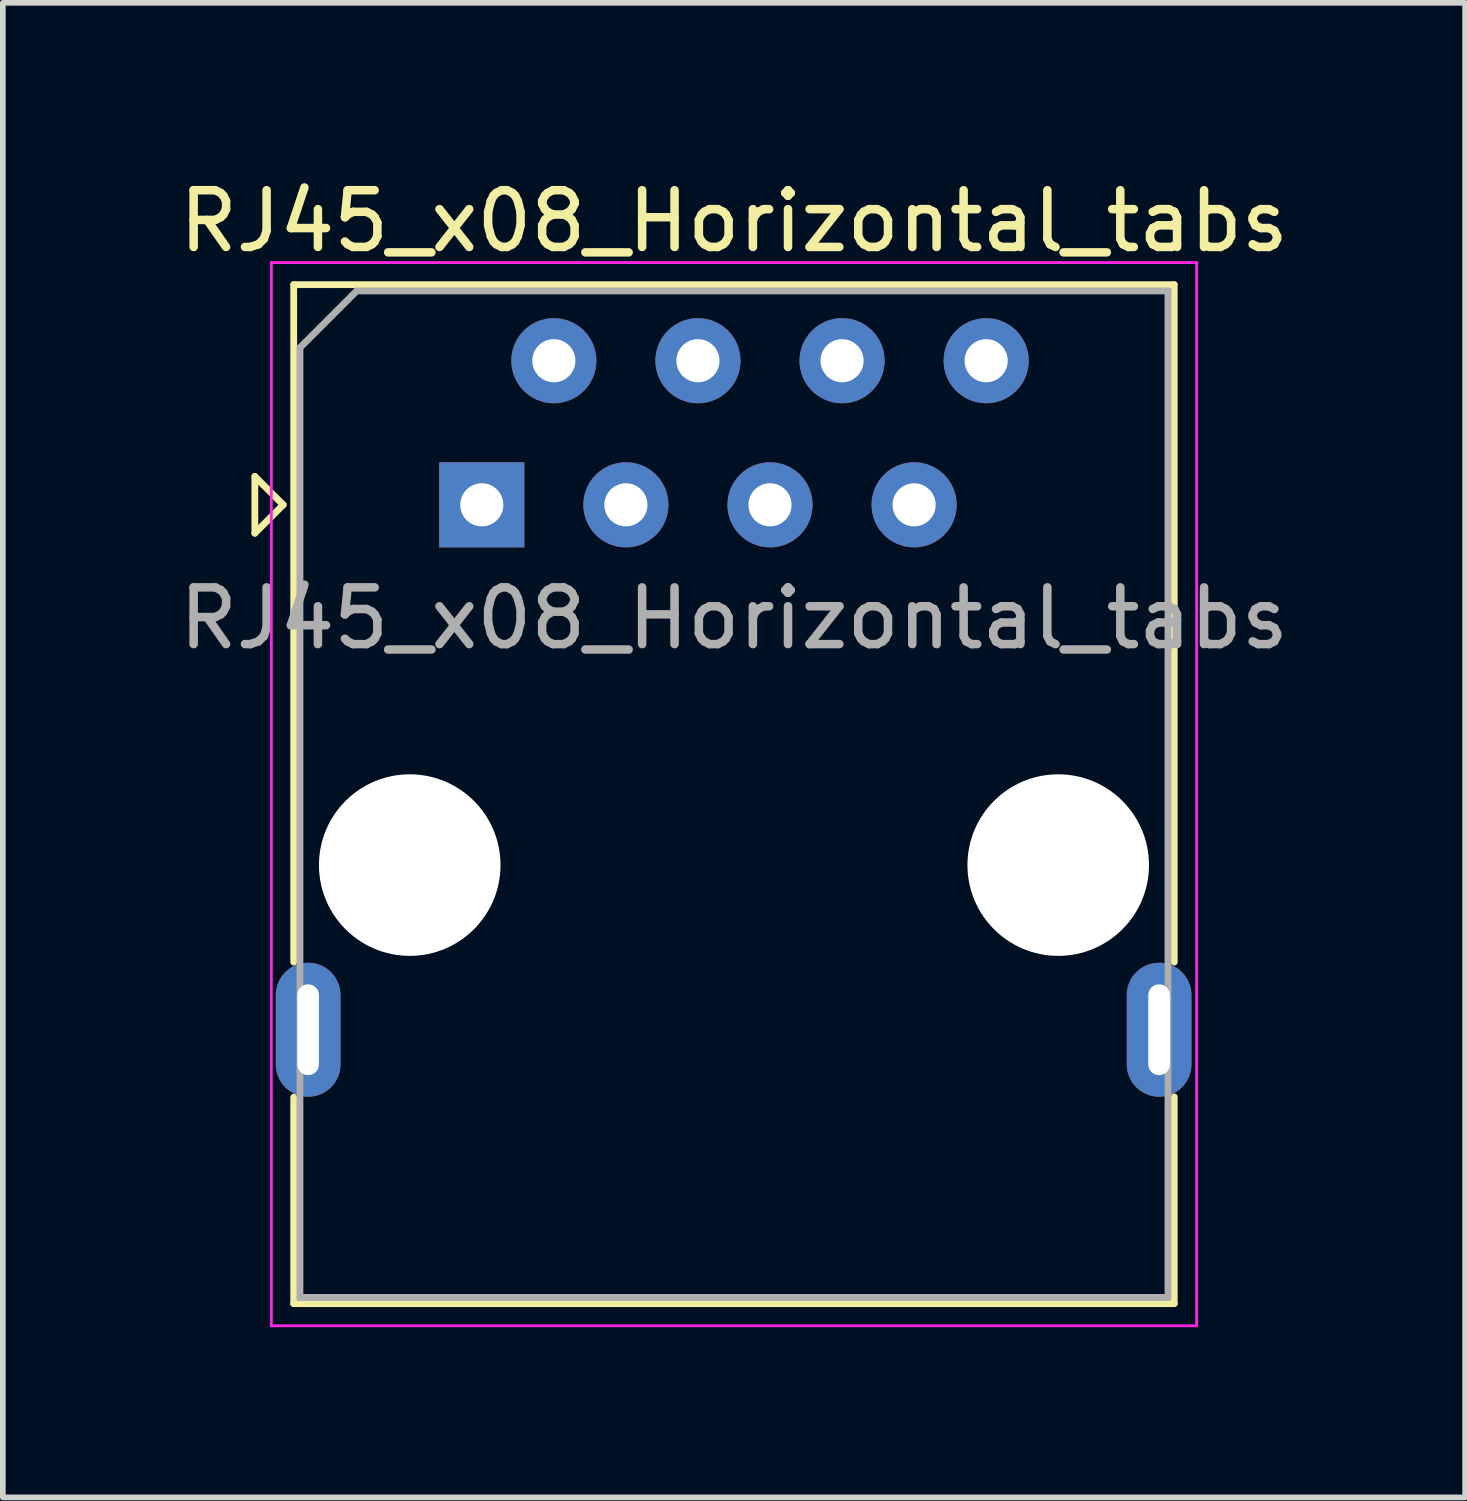
<source format=kicad_pcb>
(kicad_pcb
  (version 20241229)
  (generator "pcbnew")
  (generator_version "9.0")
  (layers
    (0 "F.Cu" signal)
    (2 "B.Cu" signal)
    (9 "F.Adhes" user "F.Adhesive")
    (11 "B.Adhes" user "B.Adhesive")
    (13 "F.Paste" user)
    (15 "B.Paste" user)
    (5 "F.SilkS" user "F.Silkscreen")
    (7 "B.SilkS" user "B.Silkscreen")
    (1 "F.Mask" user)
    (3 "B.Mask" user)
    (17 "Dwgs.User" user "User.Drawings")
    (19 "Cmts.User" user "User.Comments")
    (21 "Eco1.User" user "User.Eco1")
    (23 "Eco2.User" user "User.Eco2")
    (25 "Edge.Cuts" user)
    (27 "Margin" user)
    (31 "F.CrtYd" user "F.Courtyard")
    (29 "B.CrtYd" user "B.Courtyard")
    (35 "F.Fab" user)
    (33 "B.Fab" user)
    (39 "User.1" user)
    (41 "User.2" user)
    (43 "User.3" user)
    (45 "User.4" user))
  (footprint "RJ45_x08_Horizontal_tabs"
    (layer "F.Cu")
    (at 5.442 5.848)
    (property "Reference" "RJ45_x08_Horizontal_tabs" (at 4.445 -5 0) (layer "F.SilkS") (effects (font (size 1 1) (thickness 0.15))))
    (attr through_hole)
    (fp_line (start -4 -0.5) (end -4 0.5) (stroke (width 0.12) (type solid)) (layer "F.SilkS"))
    (fp_line (start -4 0.5) (end -3.5 0) (stroke (width 0.12) (type solid)) (layer "F.SilkS"))
    (fp_line (start -3.5 0) (end -4 -0.5) (stroke (width 0.12) (type solid)) (layer "F.SilkS"))
    (fp_line (start -3.315 -3.88) (end -3.315 8.06) (stroke (width 0.12) (type solid)) (layer "F.SilkS"))
    (fp_line (start -3.315 10.44) (end -3.315 14.08) (stroke (width 0.12) (type solid)) (layer "F.SilkS"))
    (fp_line (start -3.315 14.08) (end 12.205 14.08) (stroke (width 0.12) (type solid)) (layer "F.SilkS"))
    (fp_line (start 12.205 10.436) (end 12.205 14.076) (stroke (width 0.12) (type solid)) (layer "F.SilkS"))
    (fp_line (start 12.205 -3.88) (end -3.315 -3.88) (stroke (width 0.12) (type solid)) (layer "F.SilkS"))
    (fp_line (start 12.205 -3.88) (end 12.205 8.06) (stroke (width 0.12) (type solid)) (layer "F.SilkS"))
    (fp_line (start -3.71 -4.27) (end -3.71 14.47) (stroke (width 0.05) (type solid)) (layer "F.CrtYd"))
    (fp_line (start -3.71 -4.27) (end 12.6 -4.27) (stroke (width 0.05) (type solid)) (layer "F.CrtYd"))
    (fp_line (start 12.6 14.47) (end -3.71 14.47) (stroke (width 0.05) (type solid)) (layer "F.CrtYd"))
    (fp_line (start 12.6 14.47) (end 12.6 -4.27) (stroke (width 0.05) (type solid)) (layer "F.CrtYd"))
    (fp_line (start -3.205 -2.77) (end -2.205 -3.77) (stroke (width 0.12) (type solid)) (layer "F.Fab"))
    (fp_line (start -3.205 13.97) (end -3.205 -2.77) (stroke (width 0.12) (type solid)) (layer "F.Fab"))
    (fp_line (start -2.205 -3.77) (end 12.095 -3.77) (stroke (width 0.12) (type solid)) (layer "F.Fab"))
    (fp_line (start 12.095 -3.77) (end 12.095 13.97) (stroke (width 0.12) (type solid)) (layer "F.Fab"))
    (fp_line (start 12.095 13.97) (end -3.205 13.97) (stroke (width 0.12) (type solid)) (layer "F.Fab"))
    (fp_text user "${REFERENCE}" (at 4.445 2 0) (layer "F.Fab") (effects (font (size 1 1) (thickness 0.15))))
    (pad "" np_thru_hole circle (at -1.27 6.35) (size 3.2 3.2) (drill 3.2) (layers "*.Cu" "*.Mask"))
    (pad "" np_thru_hole circle (at 10.16 6.35) (size 3.2 3.2) (drill 3.2) (layers "*.Cu" "*.Mask"))
    (pad "1" thru_hole rect (at 0 0) (size 1.5 1.5) (drill 0.76) (layers "*.Cu" "*.Mask"))
    (pad "2" thru_hole circle (at 1.27 -2.54) (size 1.5 1.5) (drill 0.76) (layers "*.Cu" "*.Mask"))
    (pad "3" thru_hole circle (at 2.54 0) (size 1.5 1.5) (drill 0.76) (layers "*.Cu" "*.Mask"))
    (pad "4" thru_hole circle (at 3.81 -2.54) (size 1.5 1.5) (drill 0.76) (layers "*.Cu" "*.Mask"))
    (pad "5" thru_hole circle (at 5.08 0) (size 1.5 1.5) (drill 0.76) (layers "*.Cu" "*.Mask"))
    (pad "6" thru_hole circle (at 6.35 -2.54) (size 1.5 1.5) (drill 0.76) (layers "*.Cu" "*.Mask"))
    (pad "7" thru_hole circle (at 7.62 0) (size 1.5 1.5) (drill 0.76) (layers "*.Cu" "*.Mask"))
    (pad "8" thru_hole circle (at 8.89 -2.54) (size 1.5 1.5) (drill 0.76) (layers "*.Cu" "*.Mask"))
    (pad "9" thru_hole oval (at -3.061 9.252) (size 1.14 2.362) (drill oval 0.381 1.6) (layers "*.Cu" "*.Mask"))
    (pad "10" thru_hole oval (at 11.938 9.252) (size 1.14 2.362) (drill oval 0.381 1.6) (layers "*.Cu" "*.Mask")))
  (gr_rect
    (start -3 -3)
    (end 22.774 23.343)
    (stroke (width 0.1) (type default))
    (fill no)
    (layer "Edge.Cuts")))
</source>
